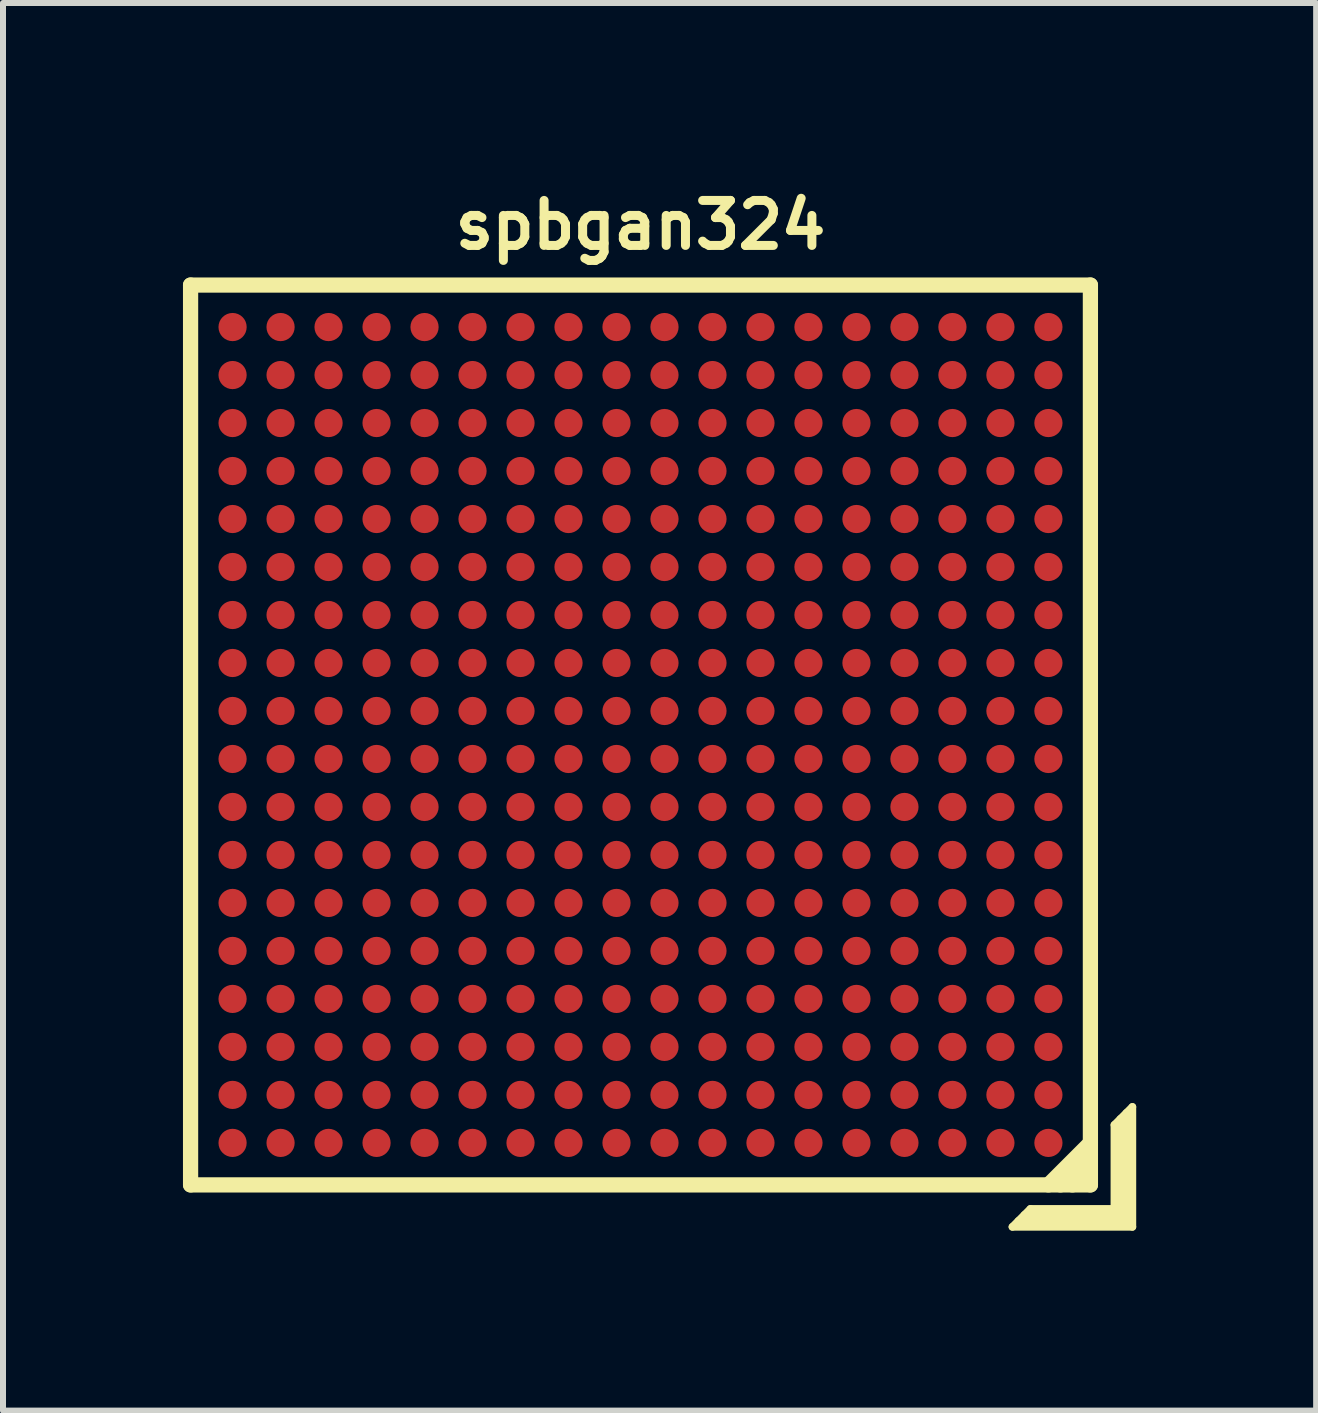
<source format=kicad_pcb>
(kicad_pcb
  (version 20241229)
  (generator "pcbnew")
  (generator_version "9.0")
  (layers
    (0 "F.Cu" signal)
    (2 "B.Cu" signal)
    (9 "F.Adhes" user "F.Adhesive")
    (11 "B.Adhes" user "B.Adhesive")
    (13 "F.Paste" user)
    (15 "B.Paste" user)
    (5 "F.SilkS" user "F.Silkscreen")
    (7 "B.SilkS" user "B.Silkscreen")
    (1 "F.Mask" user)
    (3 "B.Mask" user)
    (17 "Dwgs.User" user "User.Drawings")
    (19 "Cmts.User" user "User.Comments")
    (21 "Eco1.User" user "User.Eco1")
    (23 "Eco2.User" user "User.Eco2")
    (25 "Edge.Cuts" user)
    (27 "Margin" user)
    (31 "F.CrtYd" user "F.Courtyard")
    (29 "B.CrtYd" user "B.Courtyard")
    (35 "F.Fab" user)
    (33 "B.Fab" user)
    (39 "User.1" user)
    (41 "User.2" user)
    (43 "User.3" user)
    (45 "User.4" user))
  (footprint "spbgan324"
    (layer "F.Cu")
    (at 7.627 9.202)
    (property "Reference" "spbgan324" (at 0 -8.5 0) (layer "F.SilkS") (effects (font (size 0.75 0.75) (thickness 0.15))))
    (attr through_hole)
    (fp_line (start -7.5 -7.5) (end 7.5 -7.5) (stroke (width 0.254) (type solid)) (layer "F.SilkS"))
    (fp_line (start -7.5 7.5) (end -7.5 -7.5) (stroke (width 0.254) (type solid)) (layer "F.SilkS"))
    (fp_line (start 6.2 8.2) (end 6.5 7.9) (stroke (width 0.127) (type solid)) (layer "F.SilkS"))
    (fp_line (start 6.3 8.1) (end 8.1 8.1) (stroke (width 0.127) (type solid)) (layer "F.SilkS"))
    (fp_line (start 6.5 7.9) (end 7.9 7.9) (stroke (width 0.127) (type solid)) (layer "F.SilkS"))
    (fp_line (start 6.8 7.5) (end 7.5 6.8) (stroke (width 0.254) (type solid)) (layer "F.SilkS"))
    (fp_line (start 7.2 7.5) (end 7.5 7.2) (stroke (width 0.254) (type solid)) (layer "F.SilkS"))
    (fp_line (start 7.5 -7.5) (end 7.5 7.5) (stroke (width 0.254) (type solid)) (layer "F.SilkS"))
    (fp_line (start 7.5 7) (end 7 7.5) (stroke (width 0.254) (type solid)) (layer "F.SilkS"))
    (fp_line (start 7.5 7.5) (end -7.5 7.5) (stroke (width 0.254) (type solid)) (layer "F.SilkS"))
    (fp_line (start 7.9 6.5) (end 8.2 6.2) (stroke (width 0.127) (type solid)) (layer "F.SilkS"))
    (fp_line (start 7.9 7.9) (end 7.9 6.5) (stroke (width 0.127) (type solid)) (layer "F.SilkS"))
    (fp_line (start 8 6.4) (end 8 8) (stroke (width 0.127) (type solid)) (layer "F.SilkS"))
    (fp_line (start 8 8) (end 6.4 8) (stroke (width 0.127) (type solid)) (layer "F.SilkS"))
    (fp_line (start 8.1 8.1) (end 8.1 6.3) (stroke (width 0.127) (type solid)) (layer "F.SilkS"))
    (fp_line (start 8.2 6.2) (end 8.2 8.2) (stroke (width 0.127) (type solid)) (layer "F.SilkS"))
    (fp_line (start 8.2 8.2) (end 6.2 8.2) (stroke (width 0.127) (type solid)) (layer "F.SilkS"))
    (pad "A1" smd circle (at 6.8 6.8) (size 0.47 0.47) (layers "F.Cu" "F.Mask" "F.Paste"))
    (pad "A2" smd circle (at 6 6.8) (size 0.47 0.47) (layers "F.Cu" "F.Mask" "F.Paste"))
    (pad "A3" smd circle (at 5.2 6.8) (size 0.47 0.47) (layers "F.Cu" "F.Mask" "F.Paste"))
    (pad "A4" smd circle (at 4.4 6.8) (size 0.47 0.47) (layers "F.Cu" "F.Mask" "F.Paste"))
    (pad "A5" smd circle (at 3.6 6.8) (size 0.47 0.47) (layers "F.Cu" "F.Mask" "F.Paste"))
    (pad "A6" smd circle (at 2.8 6.8) (size 0.47 0.47) (layers "F.Cu" "F.Mask" "F.Paste"))
    (pad "A7" smd circle (at 2 6.8) (size 0.47 0.47) (layers "F.Cu" "F.Mask" "F.Paste"))
    (pad "A8" smd circle (at 1.2 6.8) (size 0.47 0.47) (layers "F.Cu" "F.Mask" "F.Paste"))
    (pad "A9" smd circle (at 0.4 6.8) (size 0.47 0.47) (layers "F.Cu" "F.Mask" "F.Paste"))
    (pad "A10" smd circle (at -0.4 6.8) (size 0.47 0.47) (layers "F.Cu" "F.Mask" "F.Paste"))
    (pad "A11" smd circle (at -1.2 6.8) (size 0.47 0.47) (layers "F.Cu" "F.Mask" "F.Paste"))
    (pad "A12" smd circle (at -2 6.8) (size 0.47 0.47) (layers "F.Cu" "F.Mask" "F.Paste"))
    (pad "A13" smd circle (at -2.8 6.8) (size 0.47 0.47) (layers "F.Cu" "F.Mask" "F.Paste"))
    (pad "A14" smd circle (at -3.6 6.8) (size 0.47 0.47) (layers "F.Cu" "F.Mask" "F.Paste"))
    (pad "A15" smd circle (at -4.4 6.8) (size 0.47 0.47) (layers "F.Cu" "F.Mask" "F.Paste"))
    (pad "A16" smd circle (at -5.2 6.8) (size 0.47 0.47) (layers "F.Cu" "F.Mask" "F.Paste"))
    (pad "A17" smd circle (at -6 6.8) (size 0.47 0.47) (layers "F.Cu" "F.Mask" "F.Paste"))
    (pad "A18" smd circle (at -6.8 6.8) (size 0.47 0.47) (layers "F.Cu" "F.Mask" "F.Paste"))
    (pad "B1" smd circle (at 6.8 6) (size 0.47 0.47) (layers "F.Cu" "F.Mask" "F.Paste"))
    (pad "B2" smd circle (at 6 6) (size 0.47 0.47) (layers "F.Cu" "F.Mask" "F.Paste"))
    (pad "B3" smd circle (at 5.2 6) (size 0.47 0.47) (layers "F.Cu" "F.Mask" "F.Paste"))
    (pad "B4" smd circle (at 4.4 6) (size 0.47 0.47) (layers "F.Cu" "F.Mask" "F.Paste"))
    (pad "B5" smd circle (at 3.6 6) (size 0.47 0.47) (layers "F.Cu" "F.Mask" "F.Paste"))
    (pad "B6" smd circle (at 2.8 6) (size 0.47 0.47) (layers "F.Cu" "F.Mask" "F.Paste"))
    (pad "B7" smd circle (at 2 6) (size 0.47 0.47) (layers "F.Cu" "F.Mask" "F.Paste"))
    (pad "B8" smd circle (at 1.2 6) (size 0.47 0.47) (layers "F.Cu" "F.Mask" "F.Paste"))
    (pad "B9" smd circle (at 0.4 6) (size 0.47 0.47) (layers "F.Cu" "F.Mask" "F.Paste"))
    (pad "B10" smd circle (at -0.4 6) (size 0.47 0.47) (layers "F.Cu" "F.Mask" "F.Paste"))
    (pad "B11" smd circle (at -1.2 6) (size 0.47 0.47) (layers "F.Cu" "F.Mask" "F.Paste"))
    (pad "B12" smd circle (at -2 6) (size 0.47 0.47) (layers "F.Cu" "F.Mask" "F.Paste"))
    (pad "B13" smd circle (at -2.8 6) (size 0.47 0.47) (layers "F.Cu" "F.Mask" "F.Paste"))
    (pad "B14" smd circle (at -3.6 6) (size 0.47 0.47) (layers "F.Cu" "F.Mask" "F.Paste"))
    (pad "B15" smd circle (at -4.4 6) (size 0.47 0.47) (layers "F.Cu" "F.Mask" "F.Paste"))
    (pad "B16" smd circle (at -5.2 6) (size 0.47 0.47) (layers "F.Cu" "F.Mask" "F.Paste"))
    (pad "B17" smd circle (at -6 6) (size 0.47 0.47) (layers "F.Cu" "F.Mask" "F.Paste"))
    (pad "B18" smd circle (at -6.8 6) (size 0.47 0.47) (layers "F.Cu" "F.Mask" "F.Paste"))
    (pad "C1" smd circle (at 6.8 5.2) (size 0.47 0.47) (layers "F.Cu" "F.Mask" "F.Paste"))
    (pad "C2" smd circle (at 6 5.2) (size 0.47 0.47) (layers "F.Cu" "F.Mask" "F.Paste"))
    (pad "C3" smd circle (at 5.2 5.2) (size 0.47 0.47) (layers "F.Cu" "F.Mask" "F.Paste"))
    (pad "C4" smd circle (at 4.4 5.2) (size 0.47 0.47) (layers "F.Cu" "F.Mask" "F.Paste"))
    (pad "C5" smd circle (at 3.6 5.2) (size 0.47 0.47) (layers "F.Cu" "F.Mask" "F.Paste"))
    (pad "C6" smd circle (at 2.8 5.2) (size 0.47 0.47) (layers "F.Cu" "F.Mask" "F.Paste"))
    (pad "C7" smd circle (at 2 5.2) (size 0.47 0.47) (layers "F.Cu" "F.Mask" "F.Paste"))
    (pad "C8" smd circle (at 1.2 5.2) (size 0.47 0.47) (layers "F.Cu" "F.Mask" "F.Paste"))
    (pad "C9" smd circle (at 0.4 5.2) (size 0.47 0.47) (layers "F.Cu" "F.Mask" "F.Paste"))
    (pad "C10" smd circle (at -0.4 5.2) (size 0.47 0.47) (layers "F.Cu" "F.Mask" "F.Paste"))
    (pad "C11" smd circle (at -1.2 5.2) (size 0.47 0.47) (layers "F.Cu" "F.Mask" "F.Paste"))
    (pad "C12" smd circle (at -2 5.2) (size 0.47 0.47) (layers "F.Cu" "F.Mask" "F.Paste"))
    (pad "C13" smd circle (at -2.8 5.2) (size 0.47 0.47) (layers "F.Cu" "F.Mask" "F.Paste"))
    (pad "C14" smd circle (at -3.6 5.2) (size 0.47 0.47) (layers "F.Cu" "F.Mask" "F.Paste"))
    (pad "C15" smd circle (at -4.4 5.2) (size 0.47 0.47) (layers "F.Cu" "F.Mask" "F.Paste"))
    (pad "C16" smd circle (at -5.2 5.2) (size 0.47 0.47) (layers "F.Cu" "F.Mask" "F.Paste"))
    (pad "C17" smd circle (at -6 5.2) (size 0.47 0.47) (layers "F.Cu" "F.Mask" "F.Paste"))
    (pad "C18" smd circle (at -6.8 5.2) (size 0.47 0.47) (layers "F.Cu" "F.Mask" "F.Paste"))
    (pad "D1" smd circle (at 6.8 4.4) (size 0.47 0.47) (layers "F.Cu" "F.Mask" "F.Paste"))
    (pad "D2" smd circle (at 6 4.4) (size 0.47 0.47) (layers "F.Cu" "F.Mask" "F.Paste"))
    (pad "D3" smd circle (at 5.2 4.4) (size 0.47 0.47) (layers "F.Cu" "F.Mask" "F.Paste"))
    (pad "D4" smd circle (at 4.4 4.4) (size 0.47 0.47) (layers "F.Cu" "F.Mask" "F.Paste"))
    (pad "D5" smd circle (at 3.6 4.4) (size 0.47 0.47) (layers "F.Cu" "F.Mask" "F.Paste"))
    (pad "D6" smd circle (at 2.8 4.4) (size 0.47 0.47) (layers "F.Cu" "F.Mask" "F.Paste"))
    (pad "D7" smd circle (at 2 4.4) (size 0.47 0.47) (layers "F.Cu" "F.Mask" "F.Paste"))
    (pad "D8" smd circle (at 1.2 4.4) (size 0.47 0.47) (layers "F.Cu" "F.Mask" "F.Paste"))
    (pad "D9" smd circle (at 0.4 4.4) (size 0.47 0.47) (layers "F.Cu" "F.Mask" "F.Paste"))
    (pad "D10" smd circle (at -0.4 4.4) (size 0.47 0.47) (layers "F.Cu" "F.Mask" "F.Paste"))
    (pad "D11" smd circle (at -1.2 4.4) (size 0.47 0.47) (layers "F.Cu" "F.Mask" "F.Paste"))
    (pad "D12" smd circle (at -2 4.4) (size 0.47 0.47) (layers "F.Cu" "F.Mask" "F.Paste"))
    (pad "D13" smd circle (at -2.8 4.4) (size 0.47 0.47) (layers "F.Cu" "F.Mask" "F.Paste"))
    (pad "D14" smd circle (at -3.6 4.4) (size 0.47 0.47) (layers "F.Cu" "F.Mask" "F.Paste"))
    (pad "D15" smd circle (at -4.4 4.4) (size 0.47 0.47) (layers "F.Cu" "F.Mask" "F.Paste"))
    (pad "D16" smd circle (at -5.2 4.4) (size 0.47 0.47) (layers "F.Cu" "F.Mask" "F.Paste"))
    (pad "D17" smd circle (at -6 4.4) (size 0.47 0.47) (layers "F.Cu" "F.Mask" "F.Paste"))
    (pad "D18" smd circle (at -6.8 4.4) (size 0.47 0.47) (layers "F.Cu" "F.Mask" "F.Paste"))
    (pad "E1" smd circle (at 6.8 3.6) (size 0.47 0.47) (layers "F.Cu" "F.Mask" "F.Paste"))
    (pad "E2" smd circle (at 6 3.6) (size 0.47 0.47) (layers "F.Cu" "F.Mask" "F.Paste"))
    (pad "E3" smd circle (at 5.2 3.6) (size 0.47 0.47) (layers "F.Cu" "F.Mask" "F.Paste"))
    (pad "E4" smd circle (at 4.4 3.6) (size 0.47 0.47) (layers "F.Cu" "F.Mask" "F.Paste"))
    (pad "E5" smd circle (at 3.6 3.6) (size 0.47 0.47) (layers "F.Cu" "F.Mask" "F.Paste"))
    (pad "E6" smd circle (at 2.8 3.6) (size 0.47 0.47) (layers "F.Cu" "F.Mask" "F.Paste"))
    (pad "E7" smd circle (at 2 3.6) (size 0.47 0.47) (layers "F.Cu" "F.Mask" "F.Paste"))
    (pad "E8" smd circle (at 1.2 3.6) (size 0.47 0.47) (layers "F.Cu" "F.Mask" "F.Paste"))
    (pad "E9" smd circle (at 0.4 3.6) (size 0.47 0.47) (layers "F.Cu" "F.Mask" "F.Paste"))
    (pad "E10" smd circle (at -0.4 3.6) (size 0.47 0.47) (layers "F.Cu" "F.Mask" "F.Paste"))
    (pad "E11" smd circle (at -1.2 3.6) (size 0.47 0.47) (layers "F.Cu" "F.Mask" "F.Paste"))
    (pad "E12" smd circle (at -2 3.6) (size 0.47 0.47) (layers "F.Cu" "F.Mask" "F.Paste"))
    (pad "E13" smd circle (at -2.8 3.6) (size 0.47 0.47) (layers "F.Cu" "F.Mask" "F.Paste"))
    (pad "E14" smd circle (at -3.6 3.6) (size 0.47 0.47) (layers "F.Cu" "F.Mask" "F.Paste"))
    (pad "E15" smd circle (at -4.4 3.6) (size 0.47 0.47) (layers "F.Cu" "F.Mask" "F.Paste"))
    (pad "E16" smd circle (at -5.2 3.6) (size 0.47 0.47) (layers "F.Cu" "F.Mask" "F.Paste"))
    (pad "E17" smd circle (at -6 3.6) (size 0.47 0.47) (layers "F.Cu" "F.Mask" "F.Paste"))
    (pad "E18" smd circle (at -6.8 3.6) (size 0.47 0.47) (layers "F.Cu" "F.Mask" "F.Paste"))
    (pad "F1" smd circle (at 6.8 2.8) (size 0.47 0.47) (layers "F.Cu" "F.Mask" "F.Paste"))
    (pad "F2" smd circle (at 6 2.8) (size 0.47 0.47) (layers "F.Cu" "F.Mask" "F.Paste"))
    (pad "F3" smd circle (at 5.2 2.8) (size 0.47 0.47) (layers "F.Cu" "F.Mask" "F.Paste"))
    (pad "F4" smd circle (at 4.4 2.8) (size 0.47 0.47) (layers "F.Cu" "F.Mask" "F.Paste"))
    (pad "F5" smd circle (at 3.6 2.8) (size 0.47 0.47) (layers "F.Cu" "F.Mask" "F.Paste"))
    (pad "F6" smd circle (at 2.8 2.8) (size 0.47 0.47) (layers "F.Cu" "F.Mask" "F.Paste"))
    (pad "F7" smd circle (at 2 2.8) (size 0.47 0.47) (layers "F.Cu" "F.Mask" "F.Paste"))
    (pad "F8" smd circle (at 1.2 2.8) (size 0.47 0.47) (layers "F.Cu" "F.Mask" "F.Paste"))
    (pad "F9" smd circle (at 0.4 2.8) (size 0.47 0.47) (layers "F.Cu" "F.Mask" "F.Paste"))
    (pad "F10" smd circle (at -0.4 2.8) (size 0.47 0.47) (layers "F.Cu" "F.Mask" "F.Paste"))
    (pad "F11" smd circle (at -1.2 2.8) (size 0.47 0.47) (layers "F.Cu" "F.Mask" "F.Paste"))
    (pad "F12" smd circle (at -2 2.8) (size 0.47 0.47) (layers "F.Cu" "F.Mask" "F.Paste"))
    (pad "F13" smd circle (at -2.8 2.8) (size 0.47 0.47) (layers "F.Cu" "F.Mask" "F.Paste"))
    (pad "F14" smd circle (at -3.6 2.8) (size 0.47 0.47) (layers "F.Cu" "F.Mask" "F.Paste"))
    (pad "F15" smd circle (at -4.4 2.8) (size 0.47 0.47) (layers "F.Cu" "F.Mask" "F.Paste"))
    (pad "F16" smd circle (at -5.2 2.8) (size 0.47 0.47) (layers "F.Cu" "F.Mask" "F.Paste"))
    (pad "F17" smd circle (at -6 2.8) (size 0.47 0.47) (layers "F.Cu" "F.Mask" "F.Paste"))
    (pad "F18" smd circle (at -6.8 2.8) (size 0.47 0.47) (layers "F.Cu" "F.Mask" "F.Paste"))
    (pad "G1" smd circle (at 6.8 2) (size 0.47 0.47) (layers "F.Cu" "F.Mask" "F.Paste"))
    (pad "G2" smd circle (at 6 2) (size 0.47 0.47) (layers "F.Cu" "F.Mask" "F.Paste"))
    (pad "G3" smd circle (at 5.2 2) (size 0.47 0.47) (layers "F.Cu" "F.Mask" "F.Paste"))
    (pad "G4" smd circle (at 4.4 2) (size 0.47 0.47) (layers "F.Cu" "F.Mask" "F.Paste"))
    (pad "G5" smd circle (at 3.6 2) (size 0.47 0.47) (layers "F.Cu" "F.Mask" "F.Paste"))
    (pad "G6" smd circle (at 2.8 2) (size 0.47 0.47) (layers "F.Cu" "F.Mask" "F.Paste"))
    (pad "G7" smd circle (at 2 2) (size 0.47 0.47) (layers "F.Cu" "F.Mask" "F.Paste"))
    (pad "G8" smd circle (at 1.2 2) (size 0.47 0.47) (layers "F.Cu" "F.Mask" "F.Paste"))
    (pad "G9" smd circle (at 0.4 2) (size 0.47 0.47) (layers "F.Cu" "F.Mask" "F.Paste"))
    (pad "G10" smd circle (at -0.4 2) (size 0.47 0.47) (layers "F.Cu" "F.Mask" "F.Paste"))
    (pad "G11" smd circle (at -1.2 2) (size 0.47 0.47) (layers "F.Cu" "F.Mask" "F.Paste"))
    (pad "G12" smd circle (at -2 2) (size 0.47 0.47) (layers "F.Cu" "F.Mask" "F.Paste"))
    (pad "G13" smd circle (at -2.8 2) (size 0.47 0.47) (layers "F.Cu" "F.Mask" "F.Paste"))
    (pad "G14" smd circle (at -3.6 2) (size 0.47 0.47) (layers "F.Cu" "F.Mask" "F.Paste"))
    (pad "G15" smd circle (at -4.4 2) (size 0.47 0.47) (layers "F.Cu" "F.Mask" "F.Paste"))
    (pad "G16" smd circle (at -5.2 2) (size 0.47 0.47) (layers "F.Cu" "F.Mask" "F.Paste"))
    (pad "G17" smd circle (at -6 2) (size 0.47 0.47) (layers "F.Cu" "F.Mask" "F.Paste"))
    (pad "G18" smd circle (at -6.8 2) (size 0.47 0.47) (layers "F.Cu" "F.Mask" "F.Paste"))
    (pad "H1" smd circle (at 6.8 1.2) (size 0.47 0.47) (layers "F.Cu" "F.Mask" "F.Paste"))
    (pad "H2" smd circle (at 6 1.2) (size 0.47 0.47) (layers "F.Cu" "F.Mask" "F.Paste"))
    (pad "H3" smd circle (at 5.2 1.2) (size 0.47 0.47) (layers "F.Cu" "F.Mask" "F.Paste"))
    (pad "H4" smd circle (at 4.4 1.2) (size 0.47 0.47) (layers "F.Cu" "F.Mask" "F.Paste"))
    (pad "H5" smd circle (at 3.6 1.2) (size 0.47 0.47) (layers "F.Cu" "F.Mask" "F.Paste"))
    (pad "H6" smd circle (at 2.8 1.2) (size 0.47 0.47) (layers "F.Cu" "F.Mask" "F.Paste"))
    (pad "H7" smd circle (at 2 1.2) (size 0.47 0.47) (layers "F.Cu" "F.Mask" "F.Paste"))
    (pad "H8" smd circle (at 1.2 1.2) (size 0.47 0.47) (layers "F.Cu" "F.Mask" "F.Paste"))
    (pad "H9" smd circle (at 0.4 1.2) (size 0.47 0.47) (layers "F.Cu" "F.Mask" "F.Paste"))
    (pad "H10" smd circle (at -0.4 1.2) (size 0.47 0.47) (layers "F.Cu" "F.Mask" "F.Paste"))
    (pad "H11" smd circle (at -1.2 1.2) (size 0.47 0.47) (layers "F.Cu" "F.Mask" "F.Paste"))
    (pad "H12" smd circle (at -2 1.2) (size 0.47 0.47) (layers "F.Cu" "F.Mask" "F.Paste"))
    (pad "H13" smd circle (at -2.8 1.2) (size 0.47 0.47) (layers "F.Cu" "F.Mask" "F.Paste"))
    (pad "H14" smd circle (at -3.6 1.2) (size 0.47 0.47) (layers "F.Cu" "F.Mask" "F.Paste"))
    (pad "H15" smd circle (at -4.4 1.2) (size 0.47 0.47) (layers "F.Cu" "F.Mask" "F.Paste"))
    (pad "H16" smd circle (at -5.2 1.2) (size 0.47 0.47) (layers "F.Cu" "F.Mask" "F.Paste"))
    (pad "H17" smd circle (at -6 1.2) (size 0.47 0.47) (layers "F.Cu" "F.Mask" "F.Paste"))
    (pad "H18" smd circle (at -6.8 1.2) (size 0.47 0.47) (layers "F.Cu" "F.Mask" "F.Paste"))
    (pad "J1" smd circle (at 6.8 0.4) (size 0.47 0.47) (layers "F.Cu" "F.Mask" "F.Paste"))
    (pad "J2" smd circle (at 6 0.4) (size 0.47 0.47) (layers "F.Cu" "F.Mask" "F.Paste"))
    (pad "J3" smd circle (at 5.2 0.4) (size 0.47 0.47) (layers "F.Cu" "F.Mask" "F.Paste"))
    (pad "J4" smd circle (at 4.4 0.4) (size 0.47 0.47) (layers "F.Cu" "F.Mask" "F.Paste"))
    (pad "J5" smd circle (at 3.6 0.4) (size 0.47 0.47) (layers "F.Cu" "F.Mask" "F.Paste"))
    (pad "J6" smd circle (at 2.8 0.4) (size 0.47 0.47) (layers "F.Cu" "F.Mask" "F.Paste"))
    (pad "J7" smd circle (at 2 0.4) (size 0.47 0.47) (layers "F.Cu" "F.Mask" "F.Paste"))
    (pad "J8" smd circle (at 1.2 0.4) (size 0.47 0.47) (layers "F.Cu" "F.Mask" "F.Paste"))
    (pad "J9" smd circle (at 0.4 0.4) (size 0.47 0.47) (layers "F.Cu" "F.Mask" "F.Paste"))
    (pad "J10" smd circle (at -0.4 0.4) (size 0.47 0.47) (layers "F.Cu" "F.Mask" "F.Paste"))
    (pad "J11" smd circle (at -1.2 0.4) (size 0.47 0.47) (layers "F.Cu" "F.Mask" "F.Paste"))
    (pad "J12" smd circle (at -2 0.4) (size 0.47 0.47) (layers "F.Cu" "F.Mask" "F.Paste"))
    (pad "J13" smd circle (at -2.8 0.4) (size 0.47 0.47) (layers "F.Cu" "F.Mask" "F.Paste"))
    (pad "J14" smd circle (at -3.6 0.4) (size 0.47 0.47) (layers "F.Cu" "F.Mask" "F.Paste"))
    (pad "J15" smd circle (at -4.4 0.4) (size 0.47 0.47) (layers "F.Cu" "F.Mask" "F.Paste"))
    (pad "J16" smd circle (at -5.2 0.4) (size 0.47 0.47) (layers "F.Cu" "F.Mask" "F.Paste"))
    (pad "J17" smd circle (at -6 0.4) (size 0.47 0.47) (layers "F.Cu" "F.Mask" "F.Paste"))
    (pad "J18" smd circle (at -6.8 0.4) (size 0.47 0.47) (layers "F.Cu" "F.Mask" "F.Paste"))
    (pad "K1" smd circle (at 6.8 -0.4) (size 0.47 0.47) (layers "F.Cu" "F.Mask" "F.Paste"))
    (pad "K2" smd circle (at 6 -0.4) (size 0.47 0.47) (layers "F.Cu" "F.Mask" "F.Paste"))
    (pad "K3" smd circle (at 5.2 -0.4) (size 0.47 0.47) (layers "F.Cu" "F.Mask" "F.Paste"))
    (pad "K4" smd circle (at 4.4 -0.4) (size 0.47 0.47) (layers "F.Cu" "F.Mask" "F.Paste"))
    (pad "K5" smd circle (at 3.6 -0.4) (size 0.47 0.47) (layers "F.Cu" "F.Mask" "F.Paste"))
    (pad "K6" smd circle (at 2.8 -0.4) (size 0.47 0.47) (layers "F.Cu" "F.Mask" "F.Paste"))
    (pad "K7" smd circle (at 2 -0.4) (size 0.47 0.47) (layers "F.Cu" "F.Mask" "F.Paste"))
    (pad "K8" smd circle (at 1.2 -0.4) (size 0.47 0.47) (layers "F.Cu" "F.Mask" "F.Paste"))
    (pad "K9" smd circle (at 0.4 -0.4) (size 0.47 0.47) (layers "F.Cu" "F.Mask" "F.Paste"))
    (pad "K10" smd circle (at -0.4 -0.4) (size 0.47 0.47) (layers "F.Cu" "F.Mask" "F.Paste"))
    (pad "K11" smd circle (at -1.2 -0.4) (size 0.47 0.47) (layers "F.Cu" "F.Mask" "F.Paste"))
    (pad "K12" smd circle (at -2 -0.4) (size 0.47 0.47) (layers "F.Cu" "F.Mask" "F.Paste"))
    (pad "K13" smd circle (at -2.8 -0.4) (size 0.47 0.47) (layers "F.Cu" "F.Mask" "F.Paste"))
    (pad "K14" smd circle (at -3.6 -0.4) (size 0.47 0.47) (layers "F.Cu" "F.Mask" "F.Paste"))
    (pad "K15" smd circle (at -4.4 -0.4) (size 0.47 0.47) (layers "F.Cu" "F.Mask" "F.Paste"))
    (pad "K16" smd circle (at -5.2 -0.4) (size 0.47 0.47) (layers "F.Cu" "F.Mask" "F.Paste"))
    (pad "K17" smd circle (at -6 -0.4) (size 0.47 0.47) (layers "F.Cu" "F.Mask" "F.Paste"))
    (pad "K18" smd circle (at -6.8 -0.4) (size 0.47 0.47) (layers "F.Cu" "F.Mask" "F.Paste"))
    (pad "L1" smd circle (at 6.8 -1.2) (size 0.47 0.47) (layers "F.Cu" "F.Mask" "F.Paste"))
    (pad "L2" smd circle (at 6 -1.2) (size 0.47 0.47) (layers "F.Cu" "F.Mask" "F.Paste"))
    (pad "L3" smd circle (at 5.2 -1.2) (size 0.47 0.47) (layers "F.Cu" "F.Mask" "F.Paste"))
    (pad "L4" smd circle (at 4.4 -1.2) (size 0.47 0.47) (layers "F.Cu" "F.Mask" "F.Paste"))
    (pad "L5" smd circle (at 3.6 -1.2) (size 0.47 0.47) (layers "F.Cu" "F.Mask" "F.Paste"))
    (pad "L6" smd circle (at 2.8 -1.2) (size 0.47 0.47) (layers "F.Cu" "F.Mask" "F.Paste"))
    (pad "L7" smd circle (at 2 -1.2) (size 0.47 0.47) (layers "F.Cu" "F.Mask" "F.Paste"))
    (pad "L8" smd circle (at 1.2 -1.2) (size 0.47 0.47) (layers "F.Cu" "F.Mask" "F.Paste"))
    (pad "L9" smd circle (at 0.4 -1.2) (size 0.47 0.47) (layers "F.Cu" "F.Mask" "F.Paste"))
    (pad "L10" smd circle (at -0.4 -1.2) (size 0.47 0.47) (layers "F.Cu" "F.Mask" "F.Paste"))
    (pad "L11" smd circle (at -1.2 -1.2) (size 0.47 0.47) (layers "F.Cu" "F.Mask" "F.Paste"))
    (pad "L12" smd circle (at -2 -1.2) (size 0.47 0.47) (layers "F.Cu" "F.Mask" "F.Paste"))
    (pad "L13" smd circle (at -2.8 -1.2) (size 0.47 0.47) (layers "F.Cu" "F.Mask" "F.Paste"))
    (pad "L14" smd circle (at -3.6 -1.2) (size 0.47 0.47) (layers "F.Cu" "F.Mask" "F.Paste"))
    (pad "L15" smd circle (at -4.4 -1.2) (size 0.47 0.47) (layers "F.Cu" "F.Mask" "F.Paste"))
    (pad "L16" smd circle (at -5.2 -1.2) (size 0.47 0.47) (layers "F.Cu" "F.Mask" "F.Paste"))
    (pad "L17" smd circle (at -6 -1.2) (size 0.47 0.47) (layers "F.Cu" "F.Mask" "F.Paste"))
    (pad "L18" smd circle (at -6.8 -1.2) (size 0.47 0.47) (layers "F.Cu" "F.Mask" "F.Paste"))
    (pad "M1" smd circle (at 6.8 -2) (size 0.47 0.47) (layers "F.Cu" "F.Mask" "F.Paste"))
    (pad "M2" smd circle (at 6 -2) (size 0.47 0.47) (layers "F.Cu" "F.Mask" "F.Paste"))
    (pad "M3" smd circle (at 5.2 -2) (size 0.47 0.47) (layers "F.Cu" "F.Mask" "F.Paste"))
    (pad "M4" smd circle (at 4.4 -2) (size 0.47 0.47) (layers "F.Cu" "F.Mask" "F.Paste"))
    (pad "M5" smd circle (at 3.6 -2) (size 0.47 0.47) (layers "F.Cu" "F.Mask" "F.Paste"))
    (pad "M6" smd circle (at 2.8 -2) (size 0.47 0.47) (layers "F.Cu" "F.Mask" "F.Paste"))
    (pad "M7" smd circle (at 2 -2) (size 0.47 0.47) (layers "F.Cu" "F.Mask" "F.Paste"))
    (pad "M8" smd circle (at 1.2 -2) (size 0.47 0.47) (layers "F.Cu" "F.Mask" "F.Paste"))
    (pad "M9" smd circle (at 0.4 -2) (size 0.47 0.47) (layers "F.Cu" "F.Mask" "F.Paste"))
    (pad "M10" smd circle (at -0.4 -2) (size 0.47 0.47) (layers "F.Cu" "F.Mask" "F.Paste"))
    (pad "M11" smd circle (at -1.2 -2) (size 0.47 0.47) (layers "F.Cu" "F.Mask" "F.Paste"))
    (pad "M12" smd circle (at -2 -2) (size 0.47 0.47) (layers "F.Cu" "F.Mask" "F.Paste"))
    (pad "M13" smd circle (at -2.8 -2) (size 0.47 0.47) (layers "F.Cu" "F.Mask" "F.Paste"))
    (pad "M14" smd circle (at -3.6 -2) (size 0.47 0.47) (layers "F.Cu" "F.Mask" "F.Paste"))
    (pad "M15" smd circle (at -4.4 -2) (size 0.47 0.47) (layers "F.Cu" "F.Mask" "F.Paste"))
    (pad "M16" smd circle (at -5.2 -2) (size 0.47 0.47) (layers "F.Cu" "F.Mask" "F.Paste"))
    (pad "M17" smd circle (at -6 -2) (size 0.47 0.47) (layers "F.Cu" "F.Mask" "F.Paste"))
    (pad "M18" smd circle (at -6.8 -2) (size 0.47 0.47) (layers "F.Cu" "F.Mask" "F.Paste"))
    (pad "N1" smd circle (at 6.8 -2.8) (size 0.47 0.47) (layers "F.Cu" "F.Mask" "F.Paste"))
    (pad "N2" smd circle (at 6 -2.8) (size 0.47 0.47) (layers "F.Cu" "F.Mask" "F.Paste"))
    (pad "N3" smd circle (at 5.2 -2.8) (size 0.47 0.47) (layers "F.Cu" "F.Mask" "F.Paste"))
    (pad "N4" smd circle (at 4.4 -2.8) (size 0.47 0.47) (layers "F.Cu" "F.Mask" "F.Paste"))
    (pad "N5" smd circle (at 3.6 -2.8) (size 0.47 0.47) (layers "F.Cu" "F.Mask" "F.Paste"))
    (pad "N6" smd circle (at 2.8 -2.8) (size 0.47 0.47) (layers "F.Cu" "F.Mask" "F.Paste"))
    (pad "N7" smd circle (at 2 -2.8) (size 0.47 0.47) (layers "F.Cu" "F.Mask" "F.Paste"))
    (pad "N8" smd circle (at 1.2 -2.8) (size 0.47 0.47) (layers "F.Cu" "F.Mask" "F.Paste"))
    (pad "N9" smd circle (at 0.4 -2.8) (size 0.47 0.47) (layers "F.Cu" "F.Mask" "F.Paste"))
    (pad "N10" smd circle (at -0.4 -2.8) (size 0.47 0.47) (layers "F.Cu" "F.Mask" "F.Paste"))
    (pad "N11" smd circle (at -1.2 -2.8) (size 0.47 0.47) (layers "F.Cu" "F.Mask" "F.Paste"))
    (pad "N12" smd circle (at -2 -2.8) (size 0.47 0.47) (layers "F.Cu" "F.Mask" "F.Paste"))
    (pad "N13" smd circle (at -2.8 -2.8) (size 0.47 0.47) (layers "F.Cu" "F.Mask" "F.Paste"))
    (pad "N14" smd circle (at -3.6 -2.8) (size 0.47 0.47) (layers "F.Cu" "F.Mask" "F.Paste"))
    (pad "N15" smd circle (at -4.4 -2.8) (size 0.47 0.47) (layers "F.Cu" "F.Mask" "F.Paste"))
    (pad "N16" smd circle (at -5.2 -2.8) (size 0.47 0.47) (layers "F.Cu" "F.Mask" "F.Paste"))
    (pad "N17" smd circle (at -6 -2.8) (size 0.47 0.47) (layers "F.Cu" "F.Mask" "F.Paste"))
    (pad "N18" smd circle (at -6.8 -2.8) (size 0.47 0.47) (layers "F.Cu" "F.Mask" "F.Paste"))
    (pad "P1" smd circle (at 6.8 -3.6) (size 0.47 0.47) (layers "F.Cu" "F.Mask" "F.Paste"))
    (pad "P2" smd circle (at 6 -3.6) (size 0.47 0.47) (layers "F.Cu" "F.Mask" "F.Paste"))
    (pad "P3" smd circle (at 5.2 -3.6) (size 0.47 0.47) (layers "F.Cu" "F.Mask" "F.Paste"))
    (pad "P4" smd circle (at 4.4 -3.6) (size 0.47 0.47) (layers "F.Cu" "F.Mask" "F.Paste"))
    (pad "P5" smd circle (at 3.6 -3.6) (size 0.47 0.47) (layers "F.Cu" "F.Mask" "F.Paste"))
    (pad "P6" smd circle (at 2.8 -3.6) (size 0.47 0.47) (layers "F.Cu" "F.Mask" "F.Paste"))
    (pad "P7" smd circle (at 2 -3.6) (size 0.47 0.47) (layers "F.Cu" "F.Mask" "F.Paste"))
    (pad "P8" smd circle (at 1.2 -3.6) (size 0.47 0.47) (layers "F.Cu" "F.Mask" "F.Paste"))
    (pad "P9" smd circle (at 0.4 -3.6) (size 0.47 0.47) (layers "F.Cu" "F.Mask" "F.Paste"))
    (pad "P10" smd circle (at -0.4 -3.6) (size 0.47 0.47) (layers "F.Cu" "F.Mask" "F.Paste"))
    (pad "P11" smd circle (at -1.2 -3.6) (size 0.47 0.47) (layers "F.Cu" "F.Mask" "F.Paste"))
    (pad "P12" smd circle (at -2 -3.6) (size 0.47 0.47) (layers "F.Cu" "F.Mask" "F.Paste"))
    (pad "P13" smd circle (at -2.8 -3.6) (size 0.47 0.47) (layers "F.Cu" "F.Mask" "F.Paste"))
    (pad "P14" smd circle (at -3.6 -3.6) (size 0.47 0.47) (layers "F.Cu" "F.Mask" "F.Paste"))
    (pad "P15" smd circle (at -4.4 -3.6) (size 0.47 0.47) (layers "F.Cu" "F.Mask" "F.Paste"))
    (pad "P16" smd circle (at -5.2 -3.6) (size 0.47 0.47) (layers "F.Cu" "F.Mask" "F.Paste"))
    (pad "P17" smd circle (at -6 -3.6) (size 0.47 0.47) (layers "F.Cu" "F.Mask" "F.Paste"))
    (pad "P18" smd circle (at -6.8 -3.6) (size 0.47 0.47) (layers "F.Cu" "F.Mask" "F.Paste"))
    (pad "R1" smd circle (at 6.8 -4.4) (size 0.47 0.47) (layers "F.Cu" "F.Mask" "F.Paste"))
    (pad "R2" smd circle (at 6 -4.4) (size 0.47 0.47) (layers "F.Cu" "F.Mask" "F.Paste"))
    (pad "R3" smd circle (at 5.2 -4.4) (size 0.47 0.47) (layers "F.Cu" "F.Mask" "F.Paste"))
    (pad "R4" smd circle (at 4.4 -4.4) (size 0.47 0.47) (layers "F.Cu" "F.Mask" "F.Paste"))
    (pad "R5" smd circle (at 3.6 -4.4) (size 0.47 0.47) (layers "F.Cu" "F.Mask" "F.Paste"))
    (pad "R6" smd circle (at 2.8 -4.4) (size 0.47 0.47) (layers "F.Cu" "F.Mask" "F.Paste"))
    (pad "R7" smd circle (at 2 -4.4) (size 0.47 0.47) (layers "F.Cu" "F.Mask" "F.Paste"))
    (pad "R8" smd circle (at 1.2 -4.4) (size 0.47 0.47) (layers "F.Cu" "F.Mask" "F.Paste"))
    (pad "R9" smd circle (at 0.4 -4.4) (size 0.47 0.47) (layers "F.Cu" "F.Mask" "F.Paste"))
    (pad "R10" smd circle (at -0.4 -4.4) (size 0.47 0.47) (layers "F.Cu" "F.Mask" "F.Paste"))
    (pad "R11" smd circle (at -1.2 -4.4) (size 0.47 0.47) (layers "F.Cu" "F.Mask" "F.Paste"))
    (pad "R12" smd circle (at -2 -4.4) (size 0.47 0.47) (layers "F.Cu" "F.Mask" "F.Paste"))
    (pad "R13" smd circle (at -2.8 -4.4) (size 0.47 0.47) (layers "F.Cu" "F.Mask" "F.Paste"))
    (pad "R14" smd circle (at -3.6 -4.4) (size 0.47 0.47) (layers "F.Cu" "F.Mask" "F.Paste"))
    (pad "R15" smd circle (at -4.4 -4.4) (size 0.47 0.47) (layers "F.Cu" "F.Mask" "F.Paste"))
    (pad "R16" smd circle (at -5.2 -4.4) (size 0.47 0.47) (layers "F.Cu" "F.Mask" "F.Paste"))
    (pad "R17" smd circle (at -6 -4.4) (size 0.47 0.47) (layers "F.Cu" "F.Mask" "F.Paste"))
    (pad "R18" smd circle (at -6.8 -4.4) (size 0.47 0.47) (layers "F.Cu" "F.Mask" "F.Paste"))
    (pad "T1" smd circle (at 6.8 -5.2) (size 0.47 0.47) (layers "F.Cu" "F.Mask" "F.Paste"))
    (pad "T2" smd circle (at 6 -5.2) (size 0.47 0.47) (layers "F.Cu" "F.Mask" "F.Paste"))
    (pad "T3" smd circle (at 5.2 -5.2) (size 0.47 0.47) (layers "F.Cu" "F.Mask" "F.Paste"))
    (pad "T4" smd circle (at 4.4 -5.2) (size 0.47 0.47) (layers "F.Cu" "F.Mask" "F.Paste"))
    (pad "T5" smd circle (at 3.6 -5.2) (size 0.47 0.47) (layers "F.Cu" "F.Mask" "F.Paste"))
    (pad "T6" smd circle (at 2.8 -5.2) (size 0.47 0.47) (layers "F.Cu" "F.Mask" "F.Paste"))
    (pad "T7" smd circle (at 2 -5.2) (size 0.47 0.47) (layers "F.Cu" "F.Mask" "F.Paste"))
    (pad "T8" smd circle (at 1.2 -5.2) (size 0.47 0.47) (layers "F.Cu" "F.Mask" "F.Paste"))
    (pad "T9" smd circle (at 0.4 -5.2) (size 0.47 0.47) (layers "F.Cu" "F.Mask" "F.Paste"))
    (pad "T10" smd circle (at -0.4 -5.2) (size 0.47 0.47) (layers "F.Cu" "F.Mask" "F.Paste"))
    (pad "T11" smd circle (at -1.2 -5.2) (size 0.47 0.47) (layers "F.Cu" "F.Mask" "F.Paste"))
    (pad "T12" smd circle (at -2 -5.2) (size 0.47 0.47) (layers "F.Cu" "F.Mask" "F.Paste"))
    (pad "T13" smd circle (at -2.8 -5.2) (size 0.47 0.47) (layers "F.Cu" "F.Mask" "F.Paste"))
    (pad "T14" smd circle (at -3.6 -5.2) (size 0.47 0.47) (layers "F.Cu" "F.Mask" "F.Paste"))
    (pad "T15" smd circle (at -4.4 -5.2) (size 0.47 0.47) (layers "F.Cu" "F.Mask" "F.Paste"))
    (pad "T16" smd circle (at -5.2 -5.2) (size 0.47 0.47) (layers "F.Cu" "F.Mask" "F.Paste"))
    (pad "T17" smd circle (at -6 -5.2) (size 0.47 0.47) (layers "F.Cu" "F.Mask" "F.Paste"))
    (pad "T18" smd circle (at -6.8 -5.2) (size 0.47 0.47) (layers "F.Cu" "F.Mask" "F.Paste"))
    (pad "U1" smd circle (at 6.8 -6) (size 0.47 0.47) (layers "F.Cu" "F.Mask" "F.Paste"))
    (pad "U2" smd circle (at 6 -6) (size 0.47 0.47) (layers "F.Cu" "F.Mask" "F.Paste"))
    (pad "U3" smd circle (at 5.2 -6) (size 0.47 0.47) (layers "F.Cu" "F.Mask" "F.Paste"))
    (pad "U4" smd circle (at 4.4 -6) (size 0.47 0.47) (layers "F.Cu" "F.Mask" "F.Paste"))
    (pad "U5" smd circle (at 3.6 -6) (size 0.47 0.47) (layers "F.Cu" "F.Mask" "F.Paste"))
    (pad "U6" smd circle (at 2.8 -6) (size 0.47 0.47) (layers "F.Cu" "F.Mask" "F.Paste"))
    (pad "U7" smd circle (at 2 -6) (size 0.47 0.47) (layers "F.Cu" "F.Mask" "F.Paste"))
    (pad "U8" smd circle (at 1.2 -6) (size 0.47 0.47) (layers "F.Cu" "F.Mask" "F.Paste"))
    (pad "U9" smd circle (at 0.4 -6) (size 0.47 0.47) (layers "F.Cu" "F.Mask" "F.Paste"))
    (pad "U10" smd circle (at -0.4 -6) (size 0.47 0.47) (layers "F.Cu" "F.Mask" "F.Paste"))
    (pad "U11" smd circle (at -1.2 -6) (size 0.47 0.47) (layers "F.Cu" "F.Mask" "F.Paste"))
    (pad "U12" smd circle (at -2 -6) (size 0.47 0.47) (layers "F.Cu" "F.Mask" "F.Paste"))
    (pad "U13" smd circle (at -2.8 -6) (size 0.47 0.47) (layers "F.Cu" "F.Mask" "F.Paste"))
    (pad "U14" smd circle (at -3.6 -6) (size 0.47 0.47) (layers "F.Cu" "F.Mask" "F.Paste"))
    (pad "U15" smd circle (at -4.4 -6) (size 0.47 0.47) (layers "F.Cu" "F.Mask" "F.Paste"))
    (pad "U16" smd circle (at -5.2 -6) (size 0.47 0.47) (layers "F.Cu" "F.Mask" "F.Paste"))
    (pad "U17" smd circle (at -6 -6) (size 0.47 0.47) (layers "F.Cu" "F.Mask" "F.Paste"))
    (pad "U18" smd circle (at -6.8 -6) (size 0.47 0.47) (layers "F.Cu" "F.Mask" "F.Paste"))
    (pad "V1" smd circle (at 6.8 -6.8) (size 0.47 0.47) (layers "F.Cu" "F.Mask" "F.Paste"))
    (pad "V2" smd circle (at 6 -6.8) (size 0.47 0.47) (layers "F.Cu" "F.Mask" "F.Paste"))
    (pad "V3" smd circle (at 5.2 -6.8) (size 0.47 0.47) (layers "F.Cu" "F.Mask" "F.Paste"))
    (pad "V4" smd circle (at 4.4 -6.8) (size 0.47 0.47) (layers "F.Cu" "F.Mask" "F.Paste"))
    (pad "V5" smd circle (at 3.6 -6.8) (size 0.47 0.47) (layers "F.Cu" "F.Mask" "F.Paste"))
    (pad "V6" smd circle (at 2.8 -6.8) (size 0.47 0.47) (layers "F.Cu" "F.Mask" "F.Paste"))
    (pad "V7" smd circle (at 2 -6.8) (size 0.47 0.47) (layers "F.Cu" "F.Mask" "F.Paste"))
    (pad "V8" smd circle (at 1.2 -6.8) (size 0.47 0.47) (layers "F.Cu" "F.Mask" "F.Paste"))
    (pad "V9" smd circle (at 0.4 -6.8) (size 0.47 0.47) (layers "F.Cu" "F.Mask" "F.Paste"))
    (pad "V10" smd circle (at -0.4 -6.8) (size 0.47 0.47) (layers "F.Cu" "F.Mask" "F.Paste"))
    (pad "V11" smd circle (at -1.2 -6.8) (size 0.47 0.47) (layers "F.Cu" "F.Mask" "F.Paste"))
    (pad "V12" smd circle (at -2 -6.8) (size 0.47 0.47) (layers "F.Cu" "F.Mask" "F.Paste"))
    (pad "V13" smd circle (at -2.8 -6.8) (size 0.47 0.47) (layers "F.Cu" "F.Mask" "F.Paste"))
    (pad "V14" smd circle (at -3.6 -6.8) (size 0.47 0.47) (layers "F.Cu" "F.Mask" "F.Paste"))
    (pad "V15" smd circle (at -4.4 -6.8) (size 0.47 0.47) (layers "F.Cu" "F.Mask" "F.Paste"))
    (pad "V16" smd circle (at -5.2 -6.8) (size 0.47 0.47) (layers "F.Cu" "F.Mask" "F.Paste"))
    (pad "V17" smd circle (at -6 -6.8) (size 0.47 0.47) (layers "F.Cu" "F.Mask" "F.Paste"))
    (pad "V18" smd circle (at -6.8 -6.8) (size 0.47 0.47) (layers "F.Cu" "F.Mask" "F.Paste")))
  (gr_rect
    (start -3 -3)
    (end 18.89 20.465)
    (stroke (width 0.1) (type default))
    (fill no)
    (layer "Edge.Cuts")))
</source>
